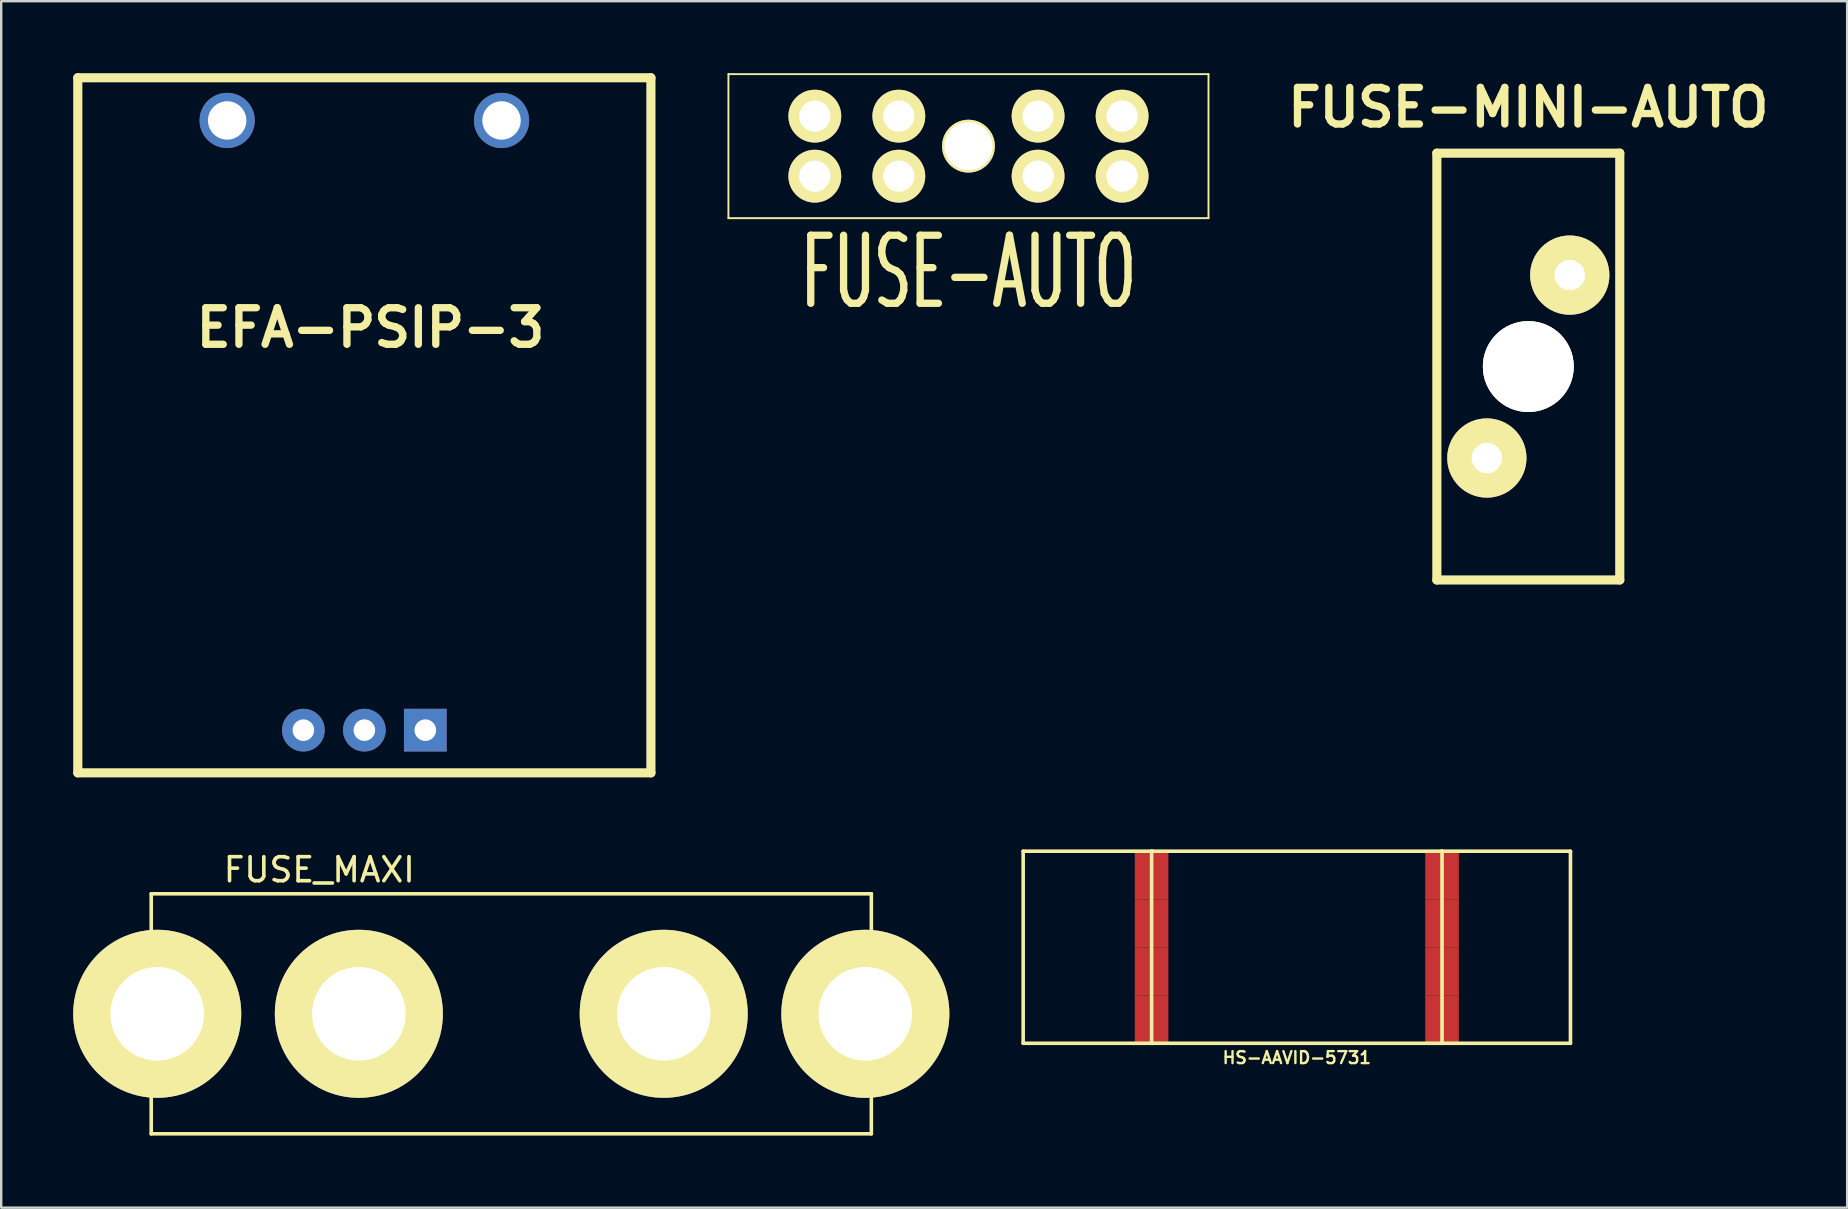
<source format=kicad_pcb>
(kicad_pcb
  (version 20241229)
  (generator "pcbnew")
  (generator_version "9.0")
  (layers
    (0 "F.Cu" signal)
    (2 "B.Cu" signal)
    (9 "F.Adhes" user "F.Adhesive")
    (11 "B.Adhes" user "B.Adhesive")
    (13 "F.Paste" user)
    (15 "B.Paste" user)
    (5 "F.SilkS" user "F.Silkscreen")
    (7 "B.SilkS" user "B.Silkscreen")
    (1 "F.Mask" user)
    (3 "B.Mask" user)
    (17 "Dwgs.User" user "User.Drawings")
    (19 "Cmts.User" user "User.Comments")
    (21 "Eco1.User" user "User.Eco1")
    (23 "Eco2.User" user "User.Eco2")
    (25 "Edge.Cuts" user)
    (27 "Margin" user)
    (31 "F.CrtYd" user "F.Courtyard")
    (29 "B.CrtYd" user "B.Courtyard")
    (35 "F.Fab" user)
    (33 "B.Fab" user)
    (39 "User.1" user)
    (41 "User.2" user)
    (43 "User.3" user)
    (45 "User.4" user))
  (footprint "FUSE_MAXI"
    (layer "F.Cu")
    (at 18.25 39.185)
    (property "Reference" "FUSE_MAXI" (at -8 -6 0) (layer "F.SilkS") (effects (font (size 1 1) (thickness 0.15))))
    (attr through_hole)
    (fp_line (start -15 -5) (end 15 -5) (stroke (width 0.15) (type solid)) (layer "F.SilkS"))
    (fp_line (start -15 5) (end -15 -5) (stroke (width 0.15) (type solid)) (layer "F.SilkS"))
    (fp_line (start 15 -5) (end 15 5) (stroke (width 0.15) (type solid)) (layer "F.SilkS"))
    (fp_line (start 15 5) (end -15 5) (stroke (width 0.15) (type solid)) (layer "F.SilkS"))
    (pad "1" thru_hole circle (at -14.75 0) (size 7 7) (drill 3.9) (layers "*.Cu" "*.Mask" "F.SilkS"))
    (pad "1" thru_hole circle (at -6.35 0) (size 7 7) (drill 3.9) (layers "*.Cu" "*.Mask" "F.SilkS"))
    (pad "2" thru_hole circle (at 6.35 0) (size 7 7) (drill 3.9) (layers "*.Cu" "*.Mask" "F.SilkS"))
    (pad "2" thru_hole circle (at 14.75 0) (size 7 7) (drill 3.9) (layers "*.Cu" "*.Mask" "F.SilkS")))
  (footprint "FUSE-AUTO"
    (layer "F.Cu")
    (at 37.296 3.039)
    (property "Reference" "FUSE-AUTO" (at 0 5.25 0) (layer "F.SilkS") (effects (font (size 2.835 1.595) (thickness 0.305))))
    (attr through_hole)
    (fp_line (start -10 -3) (end -10 3) (stroke (width 0.079) (type solid)) (layer "F.SilkS"))
    (fp_line (start -10 -3) (end 10 -3) (stroke (width 0.079) (type solid)) (layer "F.SilkS"))
    (fp_line (start 10 -3) (end 10 3) (stroke (width 0.079) (type solid)) (layer "F.SilkS"))
    (fp_line (start 10 3) (end -10 3) (stroke (width 0.079) (type solid)) (layer "F.SilkS"))
    (pad "" thru_hole circle (at 0 0) (size 2.2 2.2) (drill 1.999) (layers "*.Cu" "*.Mask" "F.SilkS"))
    (pad "1" thru_hole circle (at -6.401 -1.25) (size 2.2 2.2) (drill 1.3) (layers "*.Cu" "*.Mask" "F.SilkS"))
    (pad "1" thru_hole circle (at -6.401 1.25) (size 2.2 2.2) (drill 1.3) (layers "*.Cu" "*.Mask" "F.SilkS"))
    (pad "1" thru_hole circle (at -2.901 -1.25) (size 2.2 2.2) (drill 1.3) (layers "*.Cu" "*.Mask" "F.SilkS"))
    (pad "1" thru_hole circle (at -2.901 1.25) (size 2.2 2.2) (drill 1.3) (layers "*.Cu" "*.Mask" "F.SilkS"))
    (pad "2" thru_hole circle (at 2.901 -1.25) (size 2.2 2.2) (drill 1.3) (layers "*.Cu" "*.Mask" "F.SilkS"))
    (pad "2" thru_hole circle (at 2.901 1.25) (size 2.2 2.2) (drill 1.3) (layers "*.Cu" "*.Mask" "F.SilkS"))
    (pad "2" thru_hole circle (at 6.401 -1.25) (size 2.2 2.2) (drill 1.3) (layers "*.Cu" "*.Mask" "F.SilkS"))
    (pad "2" thru_hole circle (at 6.401 1.25) (size 2.2 2.2) (drill 1.3) (layers "*.Cu" "*.Mask" "F.SilkS")))
  (footprint "HS-AAVID-5731"
    (layer "F.Cu")
    (at 50.975 36.412)
    (property "Reference" "HS-AAVID-5731" (at 0 4.6 0) (layer "F.SilkS") (effects (font (size 0.5 0.5) (thickness 0.099))))
    (attr through_hole)
    (fp_line (start -11.4 -4) (end -6 -4) (stroke (width 0.15) (type solid)) (layer "F.SilkS"))
    (fp_line (start -11.4 4) (end -11.4 -4) (stroke (width 0.15) (type solid)) (layer "F.SilkS"))
    (fp_line (start -6.05 -4) (end -6.05 4) (stroke (width 0.15) (type solid)) (layer "F.SilkS"))
    (fp_line (start -6.05 -4) (end 6.05 -4) (stroke (width 0.15) (type solid)) (layer "F.SilkS"))
    (fp_line (start -6.05 4) (end 6.05 4) (stroke (width 0.15) (type solid)) (layer "F.SilkS"))
    (fp_line (start -6 4) (end -11.4 4) (stroke (width 0.15) (type solid)) (layer "F.SilkS"))
    (fp_line (start 6 -4) (end 11.4 -4) (stroke (width 0.15) (type solid)) (layer "F.SilkS"))
    (fp_line (start 6.05 -4) (end 6.05 4) (stroke (width 0.15) (type solid)) (layer "F.SilkS"))
    (fp_line (start 11.4 -4) (end 11.4 4) (stroke (width 0.15) (type solid)) (layer "F.SilkS"))
    (fp_line (start 11.4 4) (end 6 4) (stroke (width 0.15) (type solid)) (layer "F.SilkS"))
    (pad "PAD" smd rect (at -6.05 -3) (size 1.4 1.999) (layers "F.Cu" "F.Mask" "F.Paste"))
    (pad "PAD" smd rect (at -6.05 -1) (size 1.4 1.999) (layers "F.Cu" "F.Mask" "F.Paste"))
    (pad "PAD" smd rect (at -6.05 1) (size 1.4 1.999) (layers "F.Cu" "F.Mask" "F.Paste"))
    (pad "PAD" smd rect (at -6.05 3) (size 1.4 1.999) (layers "F.Cu" "F.Mask" "F.Paste"))
    (pad "PAD" smd rect (at 6.05 -3) (size 1.4 1.999) (layers "F.Cu" "F.Mask" "F.Paste"))
    (pad "PAD" smd rect (at 6.05 -1) (size 1.4 1.999) (layers "F.Cu" "F.Mask" "F.Paste"))
    (pad "PAD" smd rect (at 6.05 1) (size 1.4 1.999) (layers "F.Cu" "F.Mask" "F.Paste"))
    (pad "PAD" smd rect (at 6.05 3) (size 1.4 1.999) (layers "F.Cu" "F.Mask" "F.Paste")))
  (footprint "EFA-PSIP-3"
    (layer "F.Cu")
    (at 12.129 14.668)
    (property "Reference" "EFA-PSIP-3" (at 0.254 -4.064 0) (layer "F.SilkS") (effects (font (size 1.524 1.524) (thickness 0.305))))
    (attr through_hole)
    (fp_line (start -11.938 -14.478) (end 11.938 -14.478) (stroke (width 0.381) (type solid)) (layer "F.SilkS"))
    (fp_line (start -11.938 14.478) (end -11.938 -14.478) (stroke (width 0.381) (type solid)) (layer "F.SilkS"))
    (fp_line (start 11.938 -14.478) (end 11.938 14.478) (stroke (width 0.381) (type solid)) (layer "F.SilkS"))
    (fp_line (start 11.938 14.478) (end -11.938 14.478) (stroke (width 0.381) (type solid)) (layer "F.SilkS"))
    (pad "0" thru_hole circle (at -5.715 -12.7) (size 2.301 2.301) (drill 1.6) (layers "*.Cu"))
    (pad "0" thru_hole circle (at 5.715 -12.7) (size 2.301 2.301) (drill 1.6) (layers "*.Cu"))
    (pad "1" thru_hole rect (at 2.54 12.7) (size 1.778 1.778) (drill 0.899) (layers "*.Cu"))
    (pad "2" thru_hole circle (at 0 12.7) (size 1.778 1.778) (drill 0.899) (layers "*.Cu"))
    (pad "3" thru_hole circle (at -2.54 12.7) (size 1.778 1.778) (drill 0.899) (layers "*.Cu")))
  (footprint "FUSE-MINI-AUTO"
    (layer "F.Cu")
    (at 60.619 12.221)
    (property "Reference" "FUSE-MINI-AUTO" (at 0 -10.795 0) (layer "F.SilkS") (effects (font (size 1.524 1.524) (thickness 0.305))))
    (attr through_hole)
    (fp_line (start -3.81 -8.89) (end 3.81 -8.89) (stroke (width 0.381) (type solid)) (layer "F.SilkS"))
    (fp_line (start -3.81 8.89) (end -3.81 -8.89) (stroke (width 0.381) (type solid)) (layer "F.SilkS"))
    (fp_line (start 3.81 -8.89) (end 3.81 8.89) (stroke (width 0.381) (type solid)) (layer "F.SilkS"))
    (fp_line (start 3.81 8.89) (end -3.81 8.89) (stroke (width 0.381) (type solid)) (layer "F.SilkS"))
    (pad "" thru_hole circle (at 0 0) (size 3.785 3.785) (drill 3.785) (layers "*.Cu" "*.Mask" "F.SilkS"))
    (pad "1" thru_hole circle (at 1.727 -3.81) (size 3.302 3.302) (drill 1.27) (layers "*.Cu" "*.Mask" "F.SilkS"))
    (pad "2" thru_hole circle (at -1.727 3.81) (size 3.302 3.302) (drill 1.27) (layers "*.Cu" "*.Mask" "F.SilkS")))
  (gr_rect
    (start -3 -3)
    (end 73.902 47.26)
    (stroke (width 0.1) (type default))
    (fill no)
    (layer "Edge.Cuts")))
</source>
